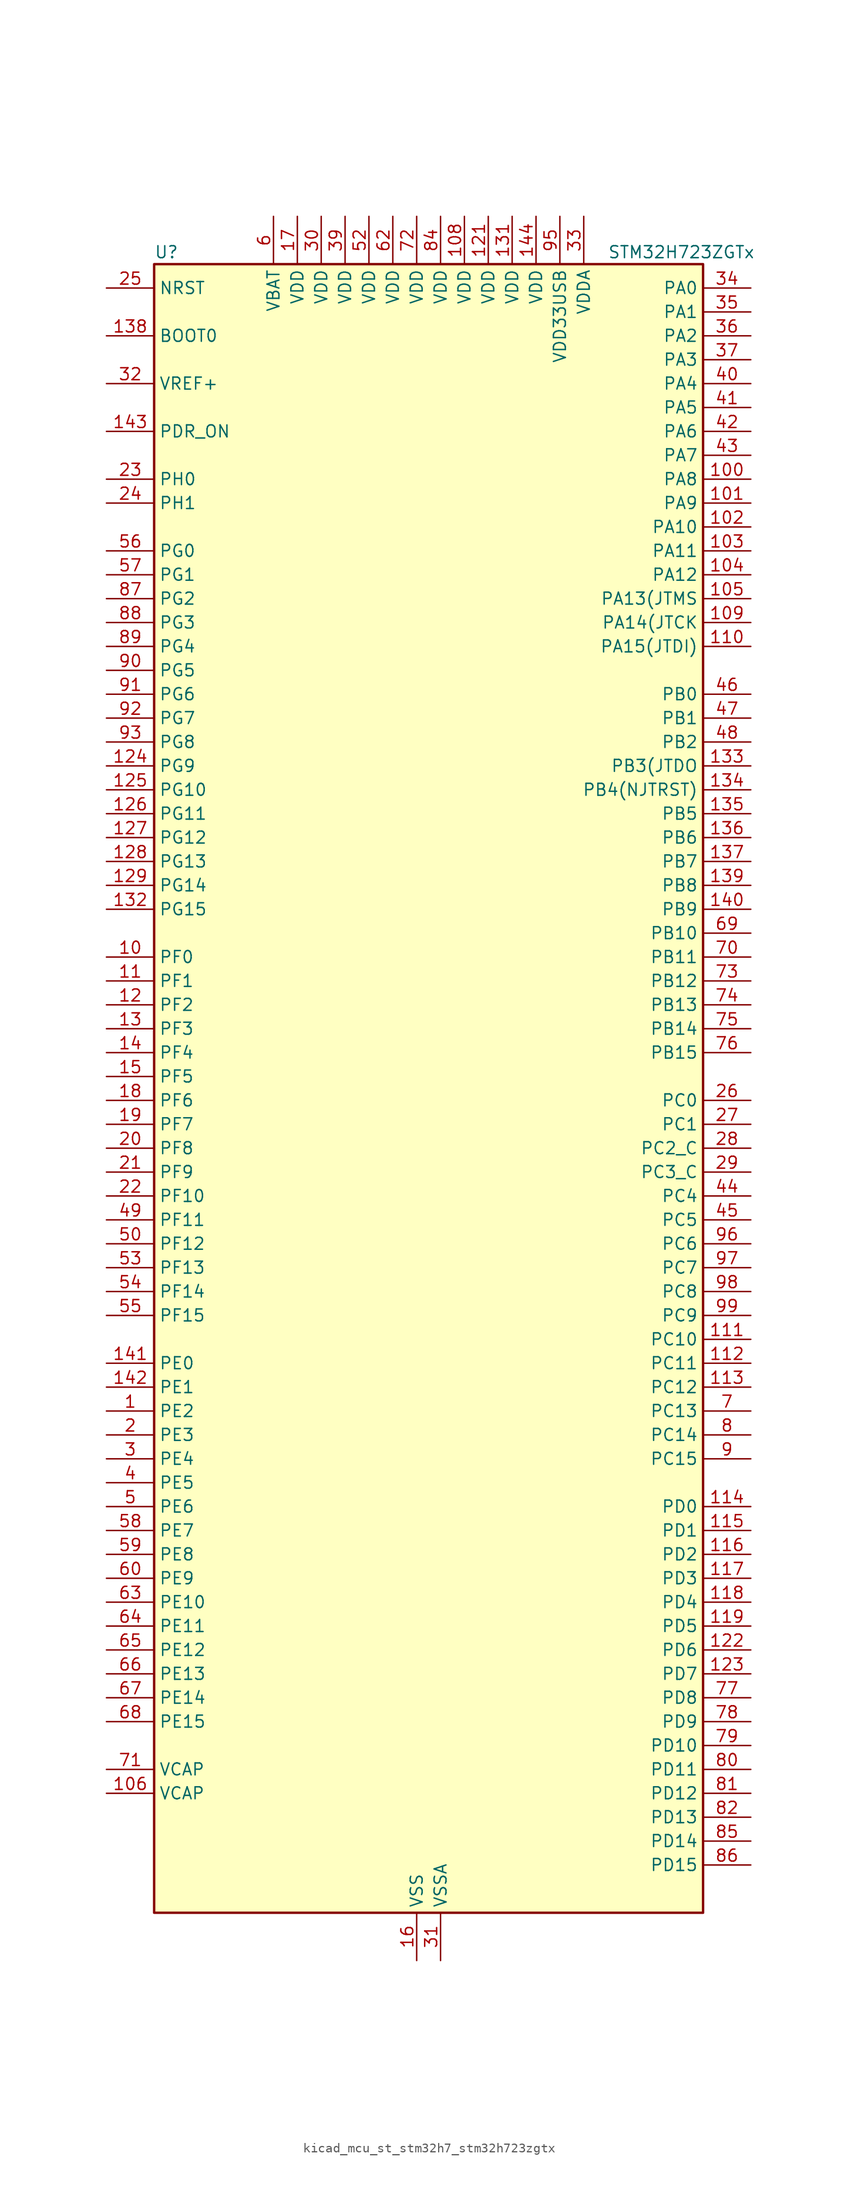
<source format=kicad_sym>
(kicad_symbol_lib
  (version 20220914)
  (generator kicad_symbol_editor)
  (symbol "kicad_mcu_st_stm32h7_stm32h723zgtx"
    (property "Reference" "U"
      (at -27.94 90.17 0)
      (effects (font (size 1.27 1.27)) (justify left)))
    (property "Value" "STM32H723ZGTx"
      (at 20.32 90.17 0)
      (effects (font (size 1.27 1.27)) (justify left)))
    (property "ki_locked" ""
      (at 0 0 0)
      (effects (font (size 1.27 1.27))))
    (symbol "kicad_mcu_st_stm32h7_stm32h723zgtx_0_1"
      (rectangle (start -27.94 -86.36) (end 30.48 88.9) (stroke (width 0.254) (type default)) (fill (type background))))
    (symbol "kicad_mcu_st_stm32h7_stm32h723zgtx_1_1"
      (pin bidirectional line (at -33.02 -33.02 0) (length 5.08) (name "PE2" (effects (font (size 1.27 1.27)))) (number "1" (effects (font (size 1.27 1.27)))) (alternate "DEBUG_TRACECLK" bidirectional line) (alternate "ETH_TXD3" bidirectional line) (alternate "FMC_A23" bidirectional line) (alternate "OCTOSPIM_P1_IO2" bidirectional line) (alternate "SAI1_CK1" bidirectional line) (alternate "SAI1_MCLK_A" bidirectional line) (alternate "SAI4_CK1" bidirectional line) (alternate "SAI4_MCLK_A" bidirectional line) (alternate "SPI4_SCK" bidirectional line) (alternate "USART10_RX" bidirectional line))
      (pin bidirectional line (at -33.02 15.24 0) (length 5.08) (name "PF0" (effects (font (size 1.27 1.27)))) (number "10" (effects (font (size 1.27 1.27)))) (alternate "FMC_A0" bidirectional line) (alternate "I2C2_SDA" bidirectional line) (alternate "I2C5_SDA" bidirectional line) (alternate "OCTOSPIM_P2_IO0" bidirectional line) (alternate "TIM23_CH1" bidirectional line))
      (pin bidirectional line (at 35.56 66.04 180) (length 5.08) (name "PA8" (effects (font (size 1.27 1.27)))) (number "100" (effects (font (size 1.27 1.27)))) (alternate "I2C3_SCL" bidirectional line) (alternate "I2C5_SCL" bidirectional line) (alternate "LTDC_B3" bidirectional line) (alternate "LTDC_R6" bidirectional line) (alternate "RCC_MCO_1" bidirectional line) (alternate "TIM1_CH1" bidirectional line) (alternate "TIM8_BKIN2" bidirectional line) (alternate "TIM8_BKIN2_COMP1" bidirectional line) (alternate "TIM8_BKIN2_COMP2" bidirectional line) (alternate "UART7_RX" bidirectional line) (alternate "USART1_CK" bidirectional line) (alternate "USB_OTG_HS_SOF" bidirectional line))
      (pin bidirectional line (at 35.56 63.5 180) (length 5.08) (name "PA9" (effects (font (size 1.27 1.27)))) (number "101" (effects (font (size 1.27 1.27)))) (alternate "DAC1_EXTI9" bidirectional line) (alternate "DCMI_D0" bidirectional line) (alternate "ETH_TX_ER" bidirectional line) (alternate "I2C3_SMBA" bidirectional line) (alternate "I2C5_SMBA" bidirectional line) (alternate "I2S2_CK" bidirectional line) (alternate "LPUART1_TX" bidirectional line) (alternate "LTDC_R5" bidirectional line) (alternate "PSSI_D0" bidirectional line) (alternate "SPI2_SCK" bidirectional line) (alternate "TIM1_CH2" bidirectional line) (alternate "USART1_TX" bidirectional line) (alternate "USB_OTG_HS_VBUS" bidirectional line))
      (pin bidirectional line (at 35.56 60.96 180) (length 5.08) (name "PA10" (effects (font (size 1.27 1.27)))) (number "102" (effects (font (size 1.27 1.27)))) (alternate "DCMI_D1" bidirectional line) (alternate "LPUART1_RX" bidirectional line) (alternate "LTDC_B1" bidirectional line) (alternate "LTDC_B4" bidirectional line) (alternate "MDIOS_MDIO" bidirectional line) (alternate "PSSI_D1" bidirectional line) (alternate "TIM1_CH3" bidirectional line) (alternate "USART1_RX" bidirectional line) (alternate "USB_OTG_HS_ID" bidirectional line))
      (pin bidirectional line (at 35.56 58.42 180) (length 5.08) (name "PA11" (effects (font (size 1.27 1.27)))) (number "103" (effects (font (size 1.27 1.27)))) (alternate "ADC1_EXTI11" bidirectional line) (alternate "ADC2_EXTI11" bidirectional line) (alternate "ADC3_EXTI11" bidirectional line) (alternate "FDCAN1_RX" bidirectional line) (alternate "I2S2_WS" bidirectional line) (alternate "LPUART1_CTS" bidirectional line) (alternate "LTDC_R4" bidirectional line) (alternate "SPI2_NSS" bidirectional line) (alternate "TIM1_CH4" bidirectional line) (alternate "UART4_RX" bidirectional line) (alternate "USART1_CTS" bidirectional line) (alternate "USART1_NSS" bidirectional line) (alternate "USB_OTG_HS_DM" bidirectional line))
      (pin bidirectional line (at 35.56 55.88 180) (length 5.08) (name "PA12" (effects (font (size 1.27 1.27)))) (number "104" (effects (font (size 1.27 1.27)))) (alternate "FDCAN1_TX" bidirectional line) (alternate "I2S2_CK" bidirectional line) (alternate "LPUART1_DE" bidirectional line) (alternate "LPUART1_RTS" bidirectional line) (alternate "LTDC_R5" bidirectional line) (alternate "SAI4_FS_B" bidirectional line) (alternate "SPI2_SCK" bidirectional line) (alternate "TIM1_BKIN2" bidirectional line) (alternate "TIM1_ETR" bidirectional line) (alternate "UART4_TX" bidirectional line) (alternate "USART1_DE" bidirectional line) (alternate "USART1_RTS" bidirectional line) (alternate "USB_OTG_HS_DP" bidirectional line))
      (pin bidirectional line (at 35.56 53.34 180) (length 5.08) (name "PA13(JTMS" (effects (font (size 1.27 1.27)))) (number "105" (effects (font (size 1.27 1.27)))) (alternate "DEBUG_JTMS-SWDIO" bidirectional line))
      (pin power_out line (at -33.02 -73.66 0) (length 5.08) (name "VCAP" (effects (font (size 1.27 1.27)))) (number "106" (effects (font (size 1.27 1.27)))))
      (pin passive line (at 0 -91.44 90) (length 5.08) hide (name "VSS" (effects (font (size 1.27 1.27)))) (number "107" (effects (font (size 1.27 1.27)))))
      (pin power_in line (at 5.08 93.98 270) (length 5.08) (name "VDD" (effects (font (size 1.27 1.27)))) (number "108" (effects (font (size 1.27 1.27)))))
      (pin bidirectional line (at 35.56 50.8 180) (length 5.08) (name "PA14(JTCK" (effects (font (size 1.27 1.27)))) (number "109" (effects (font (size 1.27 1.27)))) (alternate "DEBUG_JTCK-SWCLK" bidirectional line))
      (pin bidirectional line (at -33.02 12.7 0) (length 5.08) (name "PF1" (effects (font (size 1.27 1.27)))) (number "11" (effects (font (size 1.27 1.27)))) (alternate "FMC_A1" bidirectional line) (alternate "I2C2_SCL" bidirectional line) (alternate "I2C5_SCL" bidirectional line) (alternate "OCTOSPIM_P2_IO1" bidirectional line) (alternate "TIM23_CH2" bidirectional line))
      (pin bidirectional line (at 35.56 48.26 180) (length 5.08) (name "PA15(JTDI)" (effects (font (size 1.27 1.27)))) (number "110" (effects (font (size 1.27 1.27)))) (alternate "ADC1_EXTI15" bidirectional line) (alternate "ADC2_EXTI15" bidirectional line) (alternate "ADC3_EXTI15" bidirectional line) (alternate "CEC" bidirectional line) (alternate "DEBUG_JTDI" bidirectional line) (alternate "I2S1_WS" bidirectional line) (alternate "I2S3_WS" bidirectional line) (alternate "I2S6_WS" bidirectional line) (alternate "LTDC_B6" bidirectional line) (alternate "LTDC_R3" bidirectional line) (alternate "SPI1_NSS" bidirectional line) (alternate "SPI3_NSS" bidirectional line) (alternate "SPI6_NSS" bidirectional line) (alternate "TIM2_CH1" bidirectional line) (alternate "TIM2_ETR" bidirectional line) (alternate "UART4_DE" bidirectional line) (alternate "UART4_RTS" bidirectional line) (alternate "UART7_TX" bidirectional line))
      (pin bidirectional line (at 35.56 -25.4 180) (length 5.08) (name "PC10" (effects (font (size 1.27 1.27)))) (number "111" (effects (font (size 1.27 1.27)))) (alternate "DCMI_D8" bidirectional line) (alternate "DFSDM1_CKIN5" bidirectional line) (alternate "I2C5_SDA" bidirectional line) (alternate "I2S3_CK" bidirectional line) (alternate "LTDC_B1" bidirectional line) (alternate "LTDC_R2" bidirectional line) (alternate "OCTOSPIM_P1_IO1" bidirectional line) (alternate "PSSI_D8" bidirectional line) (alternate "SDMMC1_D2" bidirectional line) (alternate "SPI3_SCK" bidirectional line) (alternate "SWPMI1_RX" bidirectional line) (alternate "UART4_TX" bidirectional line) (alternate "USART3_TX" bidirectional line))
      (pin bidirectional line (at 35.56 -27.94 180) (length 5.08) (name "PC11" (effects (font (size 1.27 1.27)))) (number "112" (effects (font (size 1.27 1.27)))) (alternate "ADC1_EXTI11" bidirectional line) (alternate "ADC2_EXTI11" bidirectional line) (alternate "ADC3_EXTI11" bidirectional line) (alternate "DCMI_D4" bidirectional line) (alternate "DFSDM1_DATIN5" bidirectional line) (alternate "I2C5_SCL" bidirectional line) (alternate "I2S3_SDI" bidirectional line) (alternate "LTDC_B4" bidirectional line) (alternate "OCTOSPIM_P1_NCS" bidirectional line) (alternate "PSSI_D4" bidirectional line) (alternate "SDMMC1_D3" bidirectional line) (alternate "SPI3_MISO" bidirectional line) (alternate "UART4_RX" bidirectional line) (alternate "USART3_RX" bidirectional line))
      (pin bidirectional line (at 35.56 -30.48 180) (length 5.08) (name "PC12" (effects (font (size 1.27 1.27)))) (number "113" (effects (font (size 1.27 1.27)))) (alternate "DCMI_D9" bidirectional line) (alternate "DEBUG_TRACED3" bidirectional line) (alternate "FMC_D6" bidirectional line) (alternate "FMC_DA6" bidirectional line) (alternate "I2C5_SMBA" bidirectional line) (alternate "I2S3_SDO" bidirectional line) (alternate "I2S6_CK" bidirectional line) (alternate "LTDC_R6" bidirectional line) (alternate "PSSI_D9" bidirectional line) (alternate "SDMMC1_CK" bidirectional line) (alternate "SPI3_MOSI" bidirectional line) (alternate "SPI6_SCK" bidirectional line) (alternate "TIM15_CH1" bidirectional line) (alternate "UART5_TX" bidirectional line) (alternate "USART3_CK" bidirectional line))
      (pin bidirectional line (at 35.56 -43.18 180) (length 5.08) (name "PD0" (effects (font (size 1.27 1.27)))) (number "114" (effects (font (size 1.27 1.27)))) (alternate "DFSDM1_CKIN6" bidirectional line) (alternate "FDCAN1_RX" bidirectional line) (alternate "FMC_D2" bidirectional line) (alternate "FMC_DA2" bidirectional line) (alternate "LTDC_B1" bidirectional line) (alternate "UART4_RX" bidirectional line) (alternate "UART9_CTS" bidirectional line))
      (pin bidirectional line (at 35.56 -45.72 180) (length 5.08) (name "PD1" (effects (font (size 1.27 1.27)))) (number "115" (effects (font (size 1.27 1.27)))) (alternate "DFSDM1_DATIN6" bidirectional line) (alternate "FDCAN1_TX" bidirectional line) (alternate "FMC_D3" bidirectional line) (alternate "FMC_DA3" bidirectional line) (alternate "UART4_TX" bidirectional line))
      (pin bidirectional line (at 35.56 -48.26 180) (length 5.08) (name "PD2" (effects (font (size 1.27 1.27)))) (number "116" (effects (font (size 1.27 1.27)))) (alternate "DCMI_D11" bidirectional line) (alternate "DEBUG_TRACED2" bidirectional line) (alternate "FMC_D7" bidirectional line) (alternate "FMC_DA7" bidirectional line) (alternate "LTDC_B2" bidirectional line) (alternate "LTDC_B7" bidirectional line) (alternate "PSSI_D11" bidirectional line) (alternate "SDMMC1_CMD" bidirectional line) (alternate "TIM15_BKIN" bidirectional line) (alternate "TIM3_ETR" bidirectional line) (alternate "UART5_RX" bidirectional line))
      (pin bidirectional line (at 35.56 -50.8 180) (length 5.08) (name "PD3" (effects (font (size 1.27 1.27)))) (number "117" (effects (font (size 1.27 1.27)))) (alternate "DCMI_D5" bidirectional line) (alternate "DFSDM1_CKOUT" bidirectional line) (alternate "FMC_CLK" bidirectional line) (alternate "I2S2_CK" bidirectional line) (alternate "LTDC_G7" bidirectional line) (alternate "PSSI_D5" bidirectional line) (alternate "SPI2_SCK" bidirectional line) (alternate "USART2_CTS" bidirectional line) (alternate "USART2_NSS" bidirectional line))
      (pin bidirectional line (at 35.56 -53.34 180) (length 5.08) (name "PD4" (effects (font (size 1.27 1.27)))) (number "118" (effects (font (size 1.27 1.27)))) (alternate "FMC_NOE" bidirectional line) (alternate "OCTOSPIM_P1_IO4" bidirectional line) (alternate "USART2_DE" bidirectional line) (alternate "USART2_RTS" bidirectional line))
      (pin bidirectional line (at 35.56 -55.88 180) (length 5.08) (name "PD5" (effects (font (size 1.27 1.27)))) (number "119" (effects (font (size 1.27 1.27)))) (alternate "FMC_NWE" bidirectional line) (alternate "OCTOSPIM_P1_IO5" bidirectional line) (alternate "USART2_TX" bidirectional line))
      (pin bidirectional line (at -33.02 10.16 0) (length 5.08) (name "PF2" (effects (font (size 1.27 1.27)))) (number "12" (effects (font (size 1.27 1.27)))) (alternate "FMC_A2" bidirectional line) (alternate "I2C2_SMBA" bidirectional line) (alternate "I2C5_SMBA" bidirectional line) (alternate "OCTOSPIM_P2_IO2" bidirectional line) (alternate "TIM23_CH3" bidirectional line))
      (pin passive line (at 0 -91.44 90) (length 5.08) hide (name "VSS" (effects (font (size 1.27 1.27)))) (number "120" (effects (font (size 1.27 1.27)))))
      (pin power_in line (at 7.62 93.98 270) (length 5.08) (name "VDD" (effects (font (size 1.27 1.27)))) (number "121" (effects (font (size 1.27 1.27)))))
      (pin bidirectional line (at 35.56 -58.42 180) (length 5.08) (name "PD6" (effects (font (size 1.27 1.27)))) (number "122" (effects (font (size 1.27 1.27)))) (alternate "DCMI_D10" bidirectional line) (alternate "DFSDM1_CKIN4" bidirectional line) (alternate "DFSDM1_DATIN1" bidirectional line) (alternate "FMC_NWAIT" bidirectional line) (alternate "I2S3_SDO" bidirectional line) (alternate "LTDC_B2" bidirectional line) (alternate "OCTOSPIM_P1_IO6" bidirectional line) (alternate "PSSI_D10" bidirectional line) (alternate "SAI1_D1" bidirectional line) (alternate "SAI1_SD_A" bidirectional line) (alternate "SAI4_D1" bidirectional line) (alternate "SAI4_SD_A" bidirectional line) (alternate "SDMMC2_CK" bidirectional line) (alternate "SPI3_MOSI" bidirectional line) (alternate "USART2_RX" bidirectional line))
      (pin bidirectional line (at 35.56 -60.96 180) (length 5.08) (name "PD7" (effects (font (size 1.27 1.27)))) (number "123" (effects (font (size 1.27 1.27)))) (alternate "DFSDM1_CKIN1" bidirectional line) (alternate "DFSDM1_DATIN4" bidirectional line) (alternate "FMC_NE1" bidirectional line) (alternate "I2S1_SDO" bidirectional line) (alternate "OCTOSPIM_P1_IO7" bidirectional line) (alternate "SDMMC2_CMD" bidirectional line) (alternate "SPDIFRX1_IN0" bidirectional line) (alternate "SPI1_MOSI" bidirectional line) (alternate "USART2_CK" bidirectional line))
      (pin bidirectional line (at -33.02 35.56 0) (length 5.08) (name "PG9" (effects (font (size 1.27 1.27)))) (number "124" (effects (font (size 1.27 1.27)))) (alternate "DAC1_EXTI9" bidirectional line) (alternate "DCMI_VSYNC" bidirectional line) (alternate "FDCAN3_TX" bidirectional line) (alternate "FMC_NCE" bidirectional line) (alternate "FMC_NE2" bidirectional line) (alternate "I2S1_SDI" bidirectional line) (alternate "OCTOSPIM_P1_IO6" bidirectional line) (alternate "PSSI_RDY" bidirectional line) (alternate "SAI4_FS_B" bidirectional line) (alternate "SDMMC2_D0" bidirectional line) (alternate "SPDIFRX1_IN3" bidirectional line) (alternate "SPI1_MISO" bidirectional line) (alternate "USART6_RX" bidirectional line))
      (pin bidirectional line (at -33.02 33.02 0) (length 5.08) (name "PG10" (effects (font (size 1.27 1.27)))) (number "125" (effects (font (size 1.27 1.27)))) (alternate "DCMI_D2" bidirectional line) (alternate "FDCAN3_RX" bidirectional line) (alternate "FMC_NE3" bidirectional line) (alternate "I2S1_WS" bidirectional line) (alternate "LTDC_B2" bidirectional line) (alternate "LTDC_G3" bidirectional line) (alternate "OCTOSPIM_P2_IO6" bidirectional line) (alternate "PSSI_D2" bidirectional line) (alternate "SAI4_SD_B" bidirectional line) (alternate "SDMMC2_D1" bidirectional line) (alternate "SPI1_NSS" bidirectional line))
      (pin bidirectional line (at -33.02 30.48 0) (length 5.08) (name "PG11" (effects (font (size 1.27 1.27)))) (number "126" (effects (font (size 1.27 1.27)))) (alternate "ADC1_EXTI11" bidirectional line) (alternate "ADC2_EXTI11" bidirectional line) (alternate "ADC3_EXTI11" bidirectional line) (alternate "DCMI_D3" bidirectional line) (alternate "ETH_TX_EN" bidirectional line) (alternate "I2S1_CK" bidirectional line) (alternate "LPTIM1_IN2" bidirectional line) (alternate "LTDC_B3" bidirectional line) (alternate "OCTOSPIM_P2_IO7" bidirectional line) (alternate "PSSI_D3" bidirectional line) (alternate "SDMMC2_D2" bidirectional line) (alternate "SPDIFRX1_IN0" bidirectional line) (alternate "SPI1_SCK" bidirectional line) (alternate "USART10_RX" bidirectional line))
      (pin bidirectional line (at -33.02 27.94 0) (length 5.08) (name "PG12" (effects (font (size 1.27 1.27)))) (number "127" (effects (font (size 1.27 1.27)))) (alternate "ETH_TXD1" bidirectional line) (alternate "FMC_NE4" bidirectional line) (alternate "I2S6_SDI" bidirectional line) (alternate "LPTIM1_IN1" bidirectional line) (alternate "LTDC_B1" bidirectional line) (alternate "LTDC_B4" bidirectional line) (alternate "OCTOSPIM_P2_NCS" bidirectional line) (alternate "SDMMC2_D3" bidirectional line) (alternate "SPDIFRX1_IN1" bidirectional line) (alternate "SPI6_MISO" bidirectional line) (alternate "TIM23_CH1" bidirectional line) (alternate "USART10_TX" bidirectional line) (alternate "USART6_DE" bidirectional line) (alternate "USART6_RTS" bidirectional line))
      (pin bidirectional line (at -33.02 25.4 0) (length 5.08) (name "PG13" (effects (font (size 1.27 1.27)))) (number "128" (effects (font (size 1.27 1.27)))) (alternate "DEBUG_TRACED0" bidirectional line) (alternate "ETH_TXD0" bidirectional line) (alternate "FMC_A24" bidirectional line) (alternate "I2S6_CK" bidirectional line) (alternate "LPTIM1_OUT" bidirectional line) (alternate "LTDC_R0" bidirectional line) (alternate "SDMMC2_D6" bidirectional line) (alternate "SPI6_SCK" bidirectional line) (alternate "TIM23_CH2" bidirectional line) (alternate "USART10_CTS" bidirectional line) (alternate "USART10_NSS" bidirectional line) (alternate "USART6_CTS" bidirectional line) (alternate "USART6_NSS" bidirectional line))
      (pin bidirectional line (at -33.02 22.86 0) (length 5.08) (name "PG14" (effects (font (size 1.27 1.27)))) (number "129" (effects (font (size 1.27 1.27)))) (alternate "DEBUG_TRACED1" bidirectional line) (alternate "ETH_TXD1" bidirectional line) (alternate "FMC_A25" bidirectional line) (alternate "I2S6_SDO" bidirectional line) (alternate "LPTIM1_ETR" bidirectional line) (alternate "LTDC_B0" bidirectional line) (alternate "OCTOSPIM_P1_IO7" bidirectional line) (alternate "SDMMC2_D7" bidirectional line) (alternate "SPI6_MOSI" bidirectional line) (alternate "TIM23_CH3" bidirectional line) (alternate "USART10_DE" bidirectional line) (alternate "USART10_RTS" bidirectional line) (alternate "USART6_TX" bidirectional line))
      (pin bidirectional line (at -33.02 7.62 0) (length 5.08) (name "PF3" (effects (font (size 1.27 1.27)))) (number "13" (effects (font (size 1.27 1.27)))) (alternate "ADC3_INP5" bidirectional line) (alternate "FMC_A3" bidirectional line) (alternate "OCTOSPIM_P2_IO3" bidirectional line) (alternate "TIM23_CH4" bidirectional line))
      (pin passive line (at 0 -91.44 90) (length 5.08) hide (name "VSS" (effects (font (size 1.27 1.27)))) (number "130" (effects (font (size 1.27 1.27)))))
      (pin power_in line (at 10.16 93.98 270) (length 5.08) (name "VDD" (effects (font (size 1.27 1.27)))) (number "131" (effects (font (size 1.27 1.27)))))
      (pin bidirectional line (at -33.02 20.32 0) (length 5.08) (name "PG15" (effects (font (size 1.27 1.27)))) (number "132" (effects (font (size 1.27 1.27)))) (alternate "ADC1_EXTI15" bidirectional line) (alternate "ADC2_EXTI15" bidirectional line) (alternate "ADC3_EXTI15" bidirectional line) (alternate "DCMI_D13" bidirectional line) (alternate "FMC_SDNCAS" bidirectional line) (alternate "OCTOSPIM_P2_DQS" bidirectional line) (alternate "PSSI_D13" bidirectional line) (alternate "USART10_CK" bidirectional line) (alternate "USART6_CTS" bidirectional line) (alternate "USART6_NSS" bidirectional line))
      (pin bidirectional line (at 35.56 35.56 180) (length 5.08) (name "PB3(JTDO" (effects (font (size 1.27 1.27)))) (number "133" (effects (font (size 1.27 1.27)))) (alternate "CRS_SYNC" bidirectional line) (alternate "DEBUG_JTDO-SWO" bidirectional line) (alternate "I2S1_CK" bidirectional line) (alternate "I2S3_CK" bidirectional line) (alternate "I2S6_CK" bidirectional line) (alternate "SDMMC2_D2" bidirectional line) (alternate "SPI1_SCK" bidirectional line) (alternate "SPI3_SCK" bidirectional line) (alternate "SPI6_SCK" bidirectional line) (alternate "TIM24_ETR" bidirectional line) (alternate "TIM2_CH2" bidirectional line) (alternate "UART7_RX" bidirectional line))
      (pin bidirectional line (at 35.56 33.02 180) (length 5.08) (name "PB4(NJTRST)" (effects (font (size 1.27 1.27)))) (number "134" (effects (font (size 1.27 1.27)))) (alternate "DEBUG_JTRST" bidirectional line) (alternate "I2S1_SDI" bidirectional line) (alternate "I2S2_WS" bidirectional line) (alternate "I2S3_SDI" bidirectional line) (alternate "I2S6_SDI" bidirectional line) (alternate "SDMMC2_D3" bidirectional line) (alternate "SPI1_MISO" bidirectional line) (alternate "SPI2_NSS" bidirectional line) (alternate "SPI3_MISO" bidirectional line) (alternate "SPI6_MISO" bidirectional line) (alternate "TIM16_BKIN" bidirectional line) (alternate "TIM3_CH1" bidirectional line) (alternate "UART7_TX" bidirectional line))
      (pin bidirectional line (at 35.56 30.48 180) (length 5.08) (name "PB5" (effects (font (size 1.27 1.27)))) (number "135" (effects (font (size 1.27 1.27)))) (alternate "DCMI_D10" bidirectional line) (alternate "ETH_PPS_OUT" bidirectional line) (alternate "FDCAN2_RX" bidirectional line) (alternate "FMC_SDCKE1" bidirectional line) (alternate "I2C1_SMBA" bidirectional line) (alternate "I2C4_SMBA" bidirectional line) (alternate "I2S1_SDO" bidirectional line) (alternate "I2S3_SDO" bidirectional line) (alternate "I2S6_SDO" bidirectional line) (alternate "LTDC_B5" bidirectional line) (alternate "PSSI_D10" bidirectional line) (alternate "SPI1_MOSI" bidirectional line) (alternate "SPI3_MOSI" bidirectional line) (alternate "SPI6_MOSI" bidirectional line) (alternate "TIM17_BKIN" bidirectional line) (alternate "TIM3_CH2" bidirectional line) (alternate "UART5_RX" bidirectional line) (alternate "USB_OTG_HS_ULPI_D7" bidirectional line))
      (pin bidirectional line (at 35.56 27.94 180) (length 5.08) (name "PB6" (effects (font (size 1.27 1.27)))) (number "136" (effects (font (size 1.27 1.27)))) (alternate "CEC" bidirectional line) (alternate "DCMI_D5" bidirectional line) (alternate "DFSDM1_DATIN5" bidirectional line) (alternate "FDCAN2_TX" bidirectional line) (alternate "FMC_SDNE1" bidirectional line) (alternate "I2C1_SCL" bidirectional line) (alternate "I2C4_SCL" bidirectional line) (alternate "LPUART1_TX" bidirectional line) (alternate "OCTOSPIM_P1_NCS" bidirectional line) (alternate "PSSI_D5" bidirectional line) (alternate "TIM16_CH1N" bidirectional line) (alternate "TIM4_CH1" bidirectional line) (alternate "UART5_TX" bidirectional line) (alternate "USART1_TX" bidirectional line))
      (pin bidirectional line (at 35.56 25.4 180) (length 5.08) (name "PB7" (effects (font (size 1.27 1.27)))) (number "137" (effects (font (size 1.27 1.27)))) (alternate "DCMI_VSYNC" bidirectional line) (alternate "DFSDM1_CKIN5" bidirectional line) (alternate "FMC_NL" bidirectional line) (alternate "I2C1_SDA" bidirectional line) (alternate "I2C4_SDA" bidirectional line) (alternate "LPUART1_RX" bidirectional line) (alternate "PSSI_RDY" bidirectional line) (alternate "PWR_PVD_IN" bidirectional line) (alternate "TIM17_CH1N" bidirectional line) (alternate "TIM4_CH2" bidirectional line) (alternate "USART1_RX" bidirectional line))
      (pin input line (at -33.02 81.28 0) (length 5.08) (name "BOOT0" (effects (font (size 1.27 1.27)))) (number "138" (effects (font (size 1.27 1.27)))))
      (pin bidirectional line (at 35.56 22.86 180) (length 5.08) (name "PB8" (effects (font (size 1.27 1.27)))) (number "139" (effects (font (size 1.27 1.27)))) (alternate "DCMI_D6" bidirectional line) (alternate "DFSDM1_CKIN7" bidirectional line) (alternate "ETH_TXD3" bidirectional line) (alternate "FDCAN1_RX" bidirectional line) (alternate "I2C1_SCL" bidirectional line) (alternate "I2C4_SCL" bidirectional line) (alternate "LTDC_B6" bidirectional line) (alternate "PSSI_D6" bidirectional line) (alternate "SDMMC1_CKIN" bidirectional line) (alternate "SDMMC1_D4" bidirectional line) (alternate "SDMMC2_D4" bidirectional line) (alternate "TIM16_CH1" bidirectional line) (alternate "TIM4_CH3" bidirectional line) (alternate "UART4_RX" bidirectional line))
      (pin bidirectional line (at -33.02 5.08 0) (length 5.08) (name "PF4" (effects (font (size 1.27 1.27)))) (number "14" (effects (font (size 1.27 1.27)))) (alternate "ADC3_INN5" bidirectional line) (alternate "ADC3_INP9" bidirectional line) (alternate "FMC_A4" bidirectional line) (alternate "OCTOSPIM_P2_CLK" bidirectional line))
      (pin bidirectional line (at 35.56 20.32 180) (length 5.08) (name "PB9" (effects (font (size 1.27 1.27)))) (number "140" (effects (font (size 1.27 1.27)))) (alternate "DAC1_EXTI9" bidirectional line) (alternate "DCMI_D7" bidirectional line) (alternate "DFSDM1_DATIN7" bidirectional line) (alternate "FDCAN1_TX" bidirectional line) (alternate "I2C1_SDA" bidirectional line) (alternate "I2C4_SDA" bidirectional line) (alternate "I2C4_SMBA" bidirectional line) (alternate "I2S2_WS" bidirectional line) (alternate "LTDC_B7" bidirectional line) (alternate "PSSI_D7" bidirectional line) (alternate "SDMMC1_CDIR" bidirectional line) (alternate "SDMMC1_D5" bidirectional line) (alternate "SDMMC2_D5" bidirectional line) (alternate "SPI2_NSS" bidirectional line) (alternate "TIM17_CH1" bidirectional line) (alternate "TIM4_CH4" bidirectional line) (alternate "UART4_TX" bidirectional line))
      (pin bidirectional line (at -33.02 -27.94 0) (length 5.08) (name "PE0" (effects (font (size 1.27 1.27)))) (number "141" (effects (font (size 1.27 1.27)))) (alternate "DCMI_D2" bidirectional line) (alternate "FMC_NBL0" bidirectional line) (alternate "LPTIM1_ETR" bidirectional line) (alternate "LPTIM2_ETR" bidirectional line) (alternate "LTDC_R0" bidirectional line) (alternate "PSSI_D2" bidirectional line) (alternate "SAI4_MCLK_A" bidirectional line) (alternate "TIM4_ETR" bidirectional line) (alternate "UART8_RX" bidirectional line))
      (pin bidirectional line (at -33.02 -30.48 0) (length 5.08) (name "PE1" (effects (font (size 1.27 1.27)))) (number "142" (effects (font (size 1.27 1.27)))) (alternate "DCMI_D3" bidirectional line) (alternate "FMC_NBL1" bidirectional line) (alternate "LPTIM1_IN2" bidirectional line) (alternate "LTDC_R6" bidirectional line) (alternate "PSSI_D3" bidirectional line) (alternate "UART8_TX" bidirectional line))
      (pin input line (at -33.02 71.12 0) (length 5.08) (name "PDR_ON" (effects (font (size 1.27 1.27)))) (number "143" (effects (font (size 1.27 1.27)))))
      (pin power_in line (at 12.7 93.98 270) (length 5.08) (name "VDD" (effects (font (size 1.27 1.27)))) (number "144" (effects (font (size 1.27 1.27)))))
      (pin bidirectional line (at -33.02 2.54 0) (length 5.08) (name "PF5" (effects (font (size 1.27 1.27)))) (number "15" (effects (font (size 1.27 1.27)))) (alternate "ADC3_INP4" bidirectional line) (alternate "FMC_A5" bidirectional line) (alternate "OCTOSPIM_P2_NCLK" bidirectional line))
      (pin power_in line (at 0 -91.44 90) (length 5.08) (name "VSS" (effects (font (size 1.27 1.27)))) (number "16" (effects (font (size 1.27 1.27)))))
      (pin power_in line (at -12.7 93.98 270) (length 5.08) (name "VDD" (effects (font (size 1.27 1.27)))) (number "17" (effects (font (size 1.27 1.27)))))
      (pin bidirectional line (at -33.02 0 0) (length 5.08) (name "PF6" (effects (font (size 1.27 1.27)))) (number "18" (effects (font (size 1.27 1.27)))) (alternate "ADC3_INN4" bidirectional line) (alternate "ADC3_INP8" bidirectional line) (alternate "FDCAN3_RX" bidirectional line) (alternate "OCTOSPIM_P1_IO3" bidirectional line) (alternate "SAI1_SD_B" bidirectional line) (alternate "SAI4_SD_B" bidirectional line) (alternate "SPI5_NSS" bidirectional line) (alternate "TIM16_CH1" bidirectional line) (alternate "TIM23_CH1" bidirectional line) (alternate "UART7_RX" bidirectional line))
      (pin bidirectional line (at -33.02 -2.54 0) (length 5.08) (name "PF7" (effects (font (size 1.27 1.27)))) (number "19" (effects (font (size 1.27 1.27)))) (alternate "ADC3_INP3" bidirectional line) (alternate "FDCAN3_TX" bidirectional line) (alternate "OCTOSPIM_P1_IO2" bidirectional line) (alternate "SAI1_MCLK_B" bidirectional line) (alternate "SAI4_MCLK_B" bidirectional line) (alternate "SPI5_SCK" bidirectional line) (alternate "TIM17_CH1" bidirectional line) (alternate "TIM23_CH2" bidirectional line) (alternate "UART7_TX" bidirectional line))
      (pin bidirectional line (at -33.02 -35.56 0) (length 5.08) (name "PE3" (effects (font (size 1.27 1.27)))) (number "2" (effects (font (size 1.27 1.27)))) (alternate "DEBUG_TRACED0" bidirectional line) (alternate "FMC_A19" bidirectional line) (alternate "SAI1_SD_B" bidirectional line) (alternate "SAI4_SD_B" bidirectional line) (alternate "TIM15_BKIN" bidirectional line) (alternate "USART10_TX" bidirectional line))
      (pin bidirectional line (at -33.02 -5.08 0) (length 5.08) (name "PF8" (effects (font (size 1.27 1.27)))) (number "20" (effects (font (size 1.27 1.27)))) (alternate "ADC3_INN3" bidirectional line) (alternate "ADC3_INP7" bidirectional line) (alternate "OCTOSPIM_P1_IO0" bidirectional line) (alternate "SAI1_SCK_B" bidirectional line) (alternate "SAI4_SCK_B" bidirectional line) (alternate "SPI5_MISO" bidirectional line) (alternate "TIM13_CH1" bidirectional line) (alternate "TIM16_CH1N" bidirectional line) (alternate "TIM23_CH3" bidirectional line) (alternate "UART7_DE" bidirectional line) (alternate "UART7_RTS" bidirectional line))
      (pin bidirectional line (at -33.02 -7.62 0) (length 5.08) (name "PF9" (effects (font (size 1.27 1.27)))) (number "21" (effects (font (size 1.27 1.27)))) (alternate "ADC3_INP2" bidirectional line) (alternate "DAC1_EXTI9" bidirectional line) (alternate "OCTOSPIM_P1_IO1" bidirectional line) (alternate "SAI1_FS_B" bidirectional line) (alternate "SAI4_FS_B" bidirectional line) (alternate "SPI5_MOSI" bidirectional line) (alternate "TIM14_CH1" bidirectional line) (alternate "TIM17_CH1N" bidirectional line) (alternate "TIM23_CH4" bidirectional line) (alternate "UART7_CTS" bidirectional line))
      (pin bidirectional line (at -33.02 -10.16 0) (length 5.08) (name "PF10" (effects (font (size 1.27 1.27)))) (number "22" (effects (font (size 1.27 1.27)))) (alternate "ADC3_INN2" bidirectional line) (alternate "ADC3_INP6" bidirectional line) (alternate "DCMI_D11" bidirectional line) (alternate "LTDC_DE" bidirectional line) (alternate "OCTOSPIM_P1_CLK" bidirectional line) (alternate "PSSI_D11" bidirectional line) (alternate "PSSI_D15" bidirectional line) (alternate "SAI1_D3" bidirectional line) (alternate "SAI4_D3" bidirectional line) (alternate "TIM16_BKIN" bidirectional line))
      (pin bidirectional line (at -33.02 66.04 0) (length 5.08) (name "PH0" (effects (font (size 1.27 1.27)))) (number "23" (effects (font (size 1.27 1.27)))) (alternate "RCC_OSC_IN" bidirectional line))
      (pin bidirectional line (at -33.02 63.5 0) (length 5.08) (name "PH1" (effects (font (size 1.27 1.27)))) (number "24" (effects (font (size 1.27 1.27)))) (alternate "RCC_OSC_OUT" bidirectional line))
      (pin input line (at -33.02 86.36 0) (length 5.08) (name "NRST" (effects (font (size 1.27 1.27)))) (number "25" (effects (font (size 1.27 1.27)))))
      (pin bidirectional line (at 35.56 0 180) (length 5.08) (name "PC0" (effects (font (size 1.27 1.27)))) (number "26" (effects (font (size 1.27 1.27)))) (alternate "ADC1_INP10" bidirectional line) (alternate "ADC2_INP10" bidirectional line) (alternate "ADC3_INP10" bidirectional line) (alternate "DFSDM1_CKIN0" bidirectional line) (alternate "DFSDM1_DATIN4" bidirectional line) (alternate "FMC_A25" bidirectional line) (alternate "FMC_D12" bidirectional line) (alternate "FMC_DA12" bidirectional line) (alternate "FMC_SDNWE" bidirectional line) (alternate "LTDC_G2" bidirectional line) (alternate "LTDC_R5" bidirectional line) (alternate "SAI4_FS_B" bidirectional line) (alternate "USB_OTG_HS_ULPI_STP" bidirectional line))
      (pin bidirectional line (at 35.56 -2.54 180) (length 5.08) (name "PC1" (effects (font (size 1.27 1.27)))) (number "27" (effects (font (size 1.27 1.27)))) (alternate "ADC1_INN10" bidirectional line) (alternate "ADC1_INP11" bidirectional line) (alternate "ADC2_INN10" bidirectional line) (alternate "ADC2_INP11" bidirectional line) (alternate "ADC3_INN10" bidirectional line) (alternate "ADC3_INP11" bidirectional line) (alternate "DEBUG_TRACED0" bidirectional line) (alternate "DFSDM1_CKIN4" bidirectional line) (alternate "DFSDM1_DATIN0" bidirectional line) (alternate "ETH_MDC" bidirectional line) (alternate "I2S2_SDO" bidirectional line) (alternate "LTDC_G5" bidirectional line) (alternate "MDIOS_MDC" bidirectional line) (alternate "OCTOSPIM_P1_IO4" bidirectional line) (alternate "PWR_WKUP6" bidirectional line) (alternate "RTC_TAMP3" bidirectional line) (alternate "SAI1_D1" bidirectional line) (alternate "SAI1_SD_A" bidirectional line) (alternate "SAI4_D1" bidirectional line) (alternate "SAI4_SD_A" bidirectional line) (alternate "SDMMC2_CK" bidirectional line) (alternate "SPI2_MOSI" bidirectional line))
      (pin bidirectional line (at 35.56 -5.08 180) (length 5.08) (name "PC2_C" (effects (font (size 1.27 1.27)))) (number "28" (effects (font (size 1.27 1.27)))) (alternate "ADC3_INN1" bidirectional line) (alternate "ADC3_INP0" bidirectional line) (alternate "DFSDM1_CKIN1" bidirectional line) (alternate "DFSDM1_CKOUT" bidirectional line) (alternate "ETH_TXD2" bidirectional line) (alternate "FMC_SDNE0" bidirectional line) (alternate "I2S2_SDI" bidirectional line) (alternate "OCTOSPIM_P1_IO2" bidirectional line) (alternate "OCTOSPIM_P1_IO5" bidirectional line) (alternate "PWR_CSTOP" bidirectional line) (alternate "SPI2_MISO" bidirectional line) (alternate "USB_OTG_HS_ULPI_DIR" bidirectional line))
      (pin bidirectional line (at 35.56 -7.62 180) (length 5.08) (name "PC3_C" (effects (font (size 1.27 1.27)))) (number "29" (effects (font (size 1.27 1.27)))) (alternate "ADC3_INP1" bidirectional line) (alternate "DFSDM1_DATIN1" bidirectional line) (alternate "ETH_TX_CLK" bidirectional line) (alternate "FMC_SDCKE0" bidirectional line) (alternate "I2S2_SDO" bidirectional line) (alternate "OCTOSPIM_P1_IO0" bidirectional line) (alternate "OCTOSPIM_P1_IO6" bidirectional line) (alternate "PWR_CSLEEP" bidirectional line) (alternate "SPI2_MOSI" bidirectional line) (alternate "USB_OTG_HS_ULPI_NXT" bidirectional line))
      (pin bidirectional line (at -33.02 -38.1 0) (length 5.08) (name "PE4" (effects (font (size 1.27 1.27)))) (number "3" (effects (font (size 1.27 1.27)))) (alternate "DCMI_D4" bidirectional line) (alternate "DEBUG_TRACED1" bidirectional line) (alternate "DFSDM1_DATIN3" bidirectional line) (alternate "FMC_A20" bidirectional line) (alternate "LTDC_B0" bidirectional line) (alternate "PSSI_D4" bidirectional line) (alternate "SAI1_D2" bidirectional line) (alternate "SAI1_FS_A" bidirectional line) (alternate "SAI4_D2" bidirectional line) (alternate "SAI4_FS_A" bidirectional line) (alternate "SPI4_NSS" bidirectional line) (alternate "TIM15_CH1N" bidirectional line))
      (pin power_in line (at -10.16 93.98 270) (length 5.08) (name "VDD" (effects (font (size 1.27 1.27)))) (number "30" (effects (font (size 1.27 1.27)))))
      (pin power_in line (at 2.54 -91.44 90) (length 5.08) (name "VSSA" (effects (font (size 1.27 1.27)))) (number "31" (effects (font (size 1.27 1.27)))))
      (pin input line (at -33.02 76.2 0) (length 5.08) (name "VREF+" (effects (font (size 1.27 1.27)))) (number "32" (effects (font (size 1.27 1.27)))) (alternate "VREFBUF_OUT" bidirectional line))
      (pin power_in line (at 17.78 93.98 270) (length 5.08) (name "VDDA" (effects (font (size 1.27 1.27)))) (number "33" (effects (font (size 1.27 1.27)))))
      (pin bidirectional line (at 35.56 86.36 180) (length 5.08) (name "PA0" (effects (font (size 1.27 1.27)))) (number "34" (effects (font (size 1.27 1.27)))) (alternate "ADC1_INP16" bidirectional line) (alternate "ETH_CRS" bidirectional line) (alternate "FMC_A19" bidirectional line) (alternate "I2S6_WS" bidirectional line) (alternate "PWR_WKUP1" bidirectional line) (alternate "SAI4_SD_B" bidirectional line) (alternate "SDMMC2_CMD" bidirectional line) (alternate "SPI6_NSS" bidirectional line) (alternate "TIM15_BKIN" bidirectional line) (alternate "TIM2_CH1" bidirectional line) (alternate "TIM2_ETR" bidirectional line) (alternate "TIM5_CH1" bidirectional line) (alternate "TIM8_ETR" bidirectional line) (alternate "UART4_TX" bidirectional line) (alternate "USART2_CTS" bidirectional line) (alternate "USART2_NSS" bidirectional line))
      (pin bidirectional line (at 35.56 83.82 180) (length 5.08) (name "PA1" (effects (font (size 1.27 1.27)))) (number "35" (effects (font (size 1.27 1.27)))) (alternate "ADC1_INN16" bidirectional line) (alternate "ADC1_INP17" bidirectional line) (alternate "ETH_REF_CLK" bidirectional line) (alternate "ETH_RX_CLK" bidirectional line) (alternate "LPTIM3_OUT" bidirectional line) (alternate "LTDC_R2" bidirectional line) (alternate "OCTOSPIM_P1_DQS" bidirectional line) (alternate "OCTOSPIM_P1_IO3" bidirectional line) (alternate "SAI4_MCLK_B" bidirectional line) (alternate "TIM15_CH1N" bidirectional line) (alternate "TIM2_CH2" bidirectional line) (alternate "TIM5_CH2" bidirectional line) (alternate "UART4_RX" bidirectional line) (alternate "USART2_DE" bidirectional line) (alternate "USART2_RTS" bidirectional line))
      (pin bidirectional line (at 35.56 81.28 180) (length 5.08) (name "PA2" (effects (font (size 1.27 1.27)))) (number "36" (effects (font (size 1.27 1.27)))) (alternate "ADC1_INP14" bidirectional line) (alternate "ADC2_INP14" bidirectional line) (alternate "ETH_MDIO" bidirectional line) (alternate "LPTIM4_OUT" bidirectional line) (alternate "LTDC_R1" bidirectional line) (alternate "MDIOS_MDIO" bidirectional line) (alternate "OCTOSPIM_P1_IO0" bidirectional line) (alternate "PWR_WKUP2" bidirectional line) (alternate "SAI4_SCK_B" bidirectional line) (alternate "TIM15_CH1" bidirectional line) (alternate "TIM2_CH3" bidirectional line) (alternate "TIM5_CH3" bidirectional line) (alternate "USART2_TX" bidirectional line))
      (pin bidirectional line (at 35.56 78.74 180) (length 5.08) (name "PA3" (effects (font (size 1.27 1.27)))) (number "37" (effects (font (size 1.27 1.27)))) (alternate "ADC1_INP15" bidirectional line) (alternate "ADC2_INP15" bidirectional line) (alternate "ETH_COL" bidirectional line) (alternate "I2S6_MCK" bidirectional line) (alternate "LPTIM5_OUT" bidirectional line) (alternate "LTDC_B2" bidirectional line) (alternate "LTDC_B5" bidirectional line) (alternate "OCTOSPIM_P1_CLK" bidirectional line) (alternate "OCTOSPIM_P1_IO2" bidirectional line) (alternate "TIM15_CH2" bidirectional line) (alternate "TIM2_CH4" bidirectional line) (alternate "TIM5_CH4" bidirectional line) (alternate "USART2_RX" bidirectional line) (alternate "USB_OTG_HS_ULPI_D0" bidirectional line))
      (pin passive line (at 0 -91.44 90) (length 5.08) hide (name "VSS" (effects (font (size 1.27 1.27)))) (number "38" (effects (font (size 1.27 1.27)))))
      (pin power_in line (at -7.62 93.98 270) (length 5.08) (name "VDD" (effects (font (size 1.27 1.27)))) (number "39" (effects (font (size 1.27 1.27)))))
      (pin bidirectional line (at -33.02 -40.64 0) (length 5.08) (name "PE5" (effects (font (size 1.27 1.27)))) (number "4" (effects (font (size 1.27 1.27)))) (alternate "DCMI_D6" bidirectional line) (alternate "DEBUG_TRACED2" bidirectional line) (alternate "DFSDM1_CKIN3" bidirectional line) (alternate "FMC_A21" bidirectional line) (alternate "LTDC_G0" bidirectional line) (alternate "PSSI_D6" bidirectional line) (alternate "SAI1_CK2" bidirectional line) (alternate "SAI1_SCK_A" bidirectional line) (alternate "SAI4_CK2" bidirectional line) (alternate "SAI4_SCK_A" bidirectional line) (alternate "SPI4_MISO" bidirectional line) (alternate "TIM15_CH1" bidirectional line))
      (pin bidirectional line (at 35.56 76.2 180) (length 5.08) (name "PA4" (effects (font (size 1.27 1.27)))) (number "40" (effects (font (size 1.27 1.27)))) (alternate "ADC1_INP18" bidirectional line) (alternate "ADC2_INP18" bidirectional line) (alternate "DAC1_OUT1" bidirectional line) (alternate "DCMI_HSYNC" bidirectional line) (alternate "FMC_D8" bidirectional line) (alternate "FMC_DA8" bidirectional line) (alternate "I2S1_WS" bidirectional line) (alternate "I2S3_WS" bidirectional line) (alternate "I2S6_WS" bidirectional line) (alternate "LTDC_VSYNC" bidirectional line) (alternate "PSSI_DE" bidirectional line) (alternate "SPI1_NSS" bidirectional line) (alternate "SPI3_NSS" bidirectional line) (alternate "SPI6_NSS" bidirectional line) (alternate "TIM5_ETR" bidirectional line) (alternate "USART2_CK" bidirectional line))
      (pin bidirectional line (at 35.56 73.66 180) (length 5.08) (name "PA5" (effects (font (size 1.27 1.27)))) (number "41" (effects (font (size 1.27 1.27)))) (alternate "ADC1_INN18" bidirectional line) (alternate "ADC1_INP19" bidirectional line) (alternate "ADC2_INN18" bidirectional line) (alternate "ADC2_INP19" bidirectional line) (alternate "DAC1_OUT2" bidirectional line) (alternate "FMC_D9" bidirectional line) (alternate "FMC_DA9" bidirectional line) (alternate "I2S1_CK" bidirectional line) (alternate "I2S6_CK" bidirectional line) (alternate "LTDC_R4" bidirectional line) (alternate "PSSI_D14" bidirectional line) (alternate "PWR_NDSTOP2" bidirectional line) (alternate "SPI1_SCK" bidirectional line) (alternate "SPI6_SCK" bidirectional line) (alternate "TIM2_CH1" bidirectional line) (alternate "TIM2_ETR" bidirectional line) (alternate "TIM8_CH1N" bidirectional line) (alternate "USB_OTG_HS_ULPI_CK" bidirectional line))
      (pin bidirectional line (at 35.56 71.12 180) (length 5.08) (name "PA6" (effects (font (size 1.27 1.27)))) (number "42" (effects (font (size 1.27 1.27)))) (alternate "ADC1_INP3" bidirectional line) (alternate "ADC2_INP3" bidirectional line) (alternate "DCMI_PIXCLK" bidirectional line) (alternate "I2S1_SDI" bidirectional line) (alternate "I2S6_SDI" bidirectional line) (alternate "LTDC_G2" bidirectional line) (alternate "MDIOS_MDC" bidirectional line) (alternate "OCTOSPIM_P1_IO3" bidirectional line) (alternate "PSSI_PDCK" bidirectional line) (alternate "SPI1_MISO" bidirectional line) (alternate "SPI6_MISO" bidirectional line) (alternate "TIM13_CH1" bidirectional line) (alternate "TIM1_BKIN" bidirectional line) (alternate "TIM1_BKIN_COMP1" bidirectional line) (alternate "TIM1_BKIN_COMP2" bidirectional line) (alternate "TIM3_CH1" bidirectional line) (alternate "TIM8_BKIN" bidirectional line) (alternate "TIM8_BKIN_COMP1" bidirectional line) (alternate "TIM8_BKIN_COMP2" bidirectional line))
      (pin bidirectional line (at 35.56 68.58 180) (length 5.08) (name "PA7" (effects (font (size 1.27 1.27)))) (number "43" (effects (font (size 1.27 1.27)))) (alternate "ADC1_INN3" bidirectional line) (alternate "ADC1_INP7" bidirectional line) (alternate "ADC2_INN3" bidirectional line) (alternate "ADC2_INP7" bidirectional line) (alternate "ETH_CRS_DV" bidirectional line) (alternate "ETH_RX_DV" bidirectional line) (alternate "FMC_SDNWE" bidirectional line) (alternate "I2S1_SDO" bidirectional line) (alternate "I2S6_SDO" bidirectional line) (alternate "LTDC_VSYNC" bidirectional line) (alternate "OCTOSPIM_P1_IO2" bidirectional line) (alternate "OPAMP1_VINM" bidirectional line) (alternate "SPI1_MOSI" bidirectional line) (alternate "SPI6_MOSI" bidirectional line) (alternate "TIM14_CH1" bidirectional line) (alternate "TIM1_CH1N" bidirectional line) (alternate "TIM3_CH2" bidirectional line) (alternate "TIM8_CH1N" bidirectional line))
      (pin bidirectional line (at 35.56 -10.16 180) (length 5.08) (name "PC4" (effects (font (size 1.27 1.27)))) (number "44" (effects (font (size 1.27 1.27)))) (alternate "ADC1_INP4" bidirectional line) (alternate "ADC2_INP4" bidirectional line) (alternate "COMP1_INM" bidirectional line) (alternate "DFSDM1_CKIN2" bidirectional line) (alternate "ETH_RXD0" bidirectional line) (alternate "FMC_A22" bidirectional line) (alternate "FMC_SDNE0" bidirectional line) (alternate "I2S1_MCK" bidirectional line) (alternate "LTDC_R7" bidirectional line) (alternate "OPAMP1_VOUT" bidirectional line) (alternate "SDMMC2_CKIN" bidirectional line) (alternate "SPDIFRX1_IN2" bidirectional line))
      (pin bidirectional line (at 35.56 -12.7 180) (length 5.08) (name "PC5" (effects (font (size 1.27 1.27)))) (number "45" (effects (font (size 1.27 1.27)))) (alternate "ADC1_INN4" bidirectional line) (alternate "ADC1_INP8" bidirectional line) (alternate "ADC2_INN4" bidirectional line) (alternate "ADC2_INP8" bidirectional line) (alternate "COMP1_OUT" bidirectional line) (alternate "DFSDM1_DATIN2" bidirectional line) (alternate "ETH_RXD1" bidirectional line) (alternate "FMC_SDCKE0" bidirectional line) (alternate "LTDC_DE" bidirectional line) (alternate "OCTOSPIM_P1_DQS" bidirectional line) (alternate "OPAMP1_VINM" bidirectional line) (alternate "PSSI_D15" bidirectional line) (alternate "SAI1_D3" bidirectional line) (alternate "SAI4_D3" bidirectional line) (alternate "SPDIFRX1_IN3" bidirectional line))
      (pin bidirectional line (at 35.56 43.18 180) (length 5.08) (name "PB0" (effects (font (size 1.27 1.27)))) (number "46" (effects (font (size 1.27 1.27)))) (alternate "ADC1_INN5" bidirectional line) (alternate "ADC1_INP9" bidirectional line) (alternate "ADC2_INN5" bidirectional line) (alternate "ADC2_INP9" bidirectional line) (alternate "COMP1_INP" bidirectional line) (alternate "DFSDM1_CKOUT" bidirectional line) (alternate "ETH_RXD2" bidirectional line) (alternate "LTDC_G1" bidirectional line) (alternate "LTDC_R3" bidirectional line) (alternate "OCTOSPIM_P1_IO1" bidirectional line) (alternate "OPAMP1_VINP" bidirectional line) (alternate "TIM1_CH2N" bidirectional line) (alternate "TIM3_CH3" bidirectional line) (alternate "TIM8_CH2N" bidirectional line) (alternate "UART4_CTS" bidirectional line) (alternate "USB_OTG_HS_ULPI_D1" bidirectional line))
      (pin bidirectional line (at 35.56 40.64 180) (length 5.08) (name "PB1" (effects (font (size 1.27 1.27)))) (number "47" (effects (font (size 1.27 1.27)))) (alternate "ADC1_INP5" bidirectional line) (alternate "ADC2_INP5" bidirectional line) (alternate "COMP1_INM" bidirectional line) (alternate "DFSDM1_DATIN1" bidirectional line) (alternate "ETH_RXD3" bidirectional line) (alternate "LTDC_G0" bidirectional line) (alternate "LTDC_R6" bidirectional line) (alternate "OCTOSPIM_P1_IO0" bidirectional line) (alternate "TIM1_CH3N" bidirectional line) (alternate "TIM3_CH4" bidirectional line) (alternate "TIM8_CH3N" bidirectional line) (alternate "USB_OTG_HS_ULPI_D2" bidirectional line))
      (pin bidirectional line (at 35.56 38.1 180) (length 5.08) (name "PB2" (effects (font (size 1.27 1.27)))) (number "48" (effects (font (size 1.27 1.27)))) (alternate "COMP1_INP" bidirectional line) (alternate "DFSDM1_CKIN1" bidirectional line) (alternate "ETH_TX_ER" bidirectional line) (alternate "I2S3_SDO" bidirectional line) (alternate "OCTOSPIM_P1_CLK" bidirectional line) (alternate "OCTOSPIM_P1_DQS" bidirectional line) (alternate "RTC_OUT_ALARM" bidirectional line) (alternate "RTC_OUT_CALIB" bidirectional line) (alternate "SAI1_D1" bidirectional line) (alternate "SAI1_SD_A" bidirectional line) (alternate "SAI4_D1" bidirectional line) (alternate "SAI4_SD_A" bidirectional line) (alternate "SPI3_MOSI" bidirectional line) (alternate "TIM23_ETR" bidirectional line))
      (pin bidirectional line (at -33.02 -12.7 0) (length 5.08) (name "PF11" (effects (font (size 1.27 1.27)))) (number "49" (effects (font (size 1.27 1.27)))) (alternate "ADC1_EXTI11" bidirectional line) (alternate "ADC1_INP2" bidirectional line) (alternate "ADC2_EXTI11" bidirectional line) (alternate "ADC3_EXTI11" bidirectional line) (alternate "DCMI_D12" bidirectional line) (alternate "FMC_SDNRAS" bidirectional line) (alternate "OCTOSPIM_P1_NCLK" bidirectional line) (alternate "PSSI_D12" bidirectional line) (alternate "SAI4_SD_B" bidirectional line) (alternate "SPI5_MOSI" bidirectional line) (alternate "TIM24_CH1" bidirectional line))
      (pin bidirectional line (at -33.02 -43.18 0) (length 5.08) (name "PE6" (effects (font (size 1.27 1.27)))) (number "5" (effects (font (size 1.27 1.27)))) (alternate "DCMI_D7" bidirectional line) (alternate "DEBUG_TRACED3" bidirectional line) (alternate "FMC_A22" bidirectional line) (alternate "LTDC_G1" bidirectional line) (alternate "PSSI_D7" bidirectional line) (alternate "SAI1_D1" bidirectional line) (alternate "SAI1_SD_A" bidirectional line) (alternate "SAI4_D1" bidirectional line) (alternate "SAI4_MCLK_B" bidirectional line) (alternate "SAI4_SD_A" bidirectional line) (alternate "SPI4_MOSI" bidirectional line) (alternate "TIM15_CH2" bidirectional line) (alternate "TIM1_BKIN2" bidirectional line) (alternate "TIM1_BKIN2_COMP1" bidirectional line) (alternate "TIM1_BKIN2_COMP2" bidirectional line))
      (pin bidirectional line (at -33.02 -15.24 0) (length 5.08) (name "PF12" (effects (font (size 1.27 1.27)))) (number "50" (effects (font (size 1.27 1.27)))) (alternate "ADC1_INN2" bidirectional line) (alternate "ADC1_INP6" bidirectional line) (alternate "FMC_A6" bidirectional line) (alternate "OCTOSPIM_P2_DQS" bidirectional line) (alternate "TIM24_CH2" bidirectional line))
      (pin passive line (at 0 -91.44 90) (length 5.08) hide (name "VSS" (effects (font (size 1.27 1.27)))) (number "51" (effects (font (size 1.27 1.27)))))
      (pin power_in line (at -5.08 93.98 270) (length 5.08) (name "VDD" (effects (font (size 1.27 1.27)))) (number "52" (effects (font (size 1.27 1.27)))))
      (pin bidirectional line (at -33.02 -17.78 0) (length 5.08) (name "PF13" (effects (font (size 1.27 1.27)))) (number "53" (effects (font (size 1.27 1.27)))) (alternate "ADC2_INP2" bidirectional line) (alternate "DFSDM1_DATIN6" bidirectional line) (alternate "FMC_A7" bidirectional line) (alternate "I2C4_SMBA" bidirectional line) (alternate "TIM24_CH3" bidirectional line))
      (pin bidirectional line (at -33.02 -20.32 0) (length 5.08) (name "PF14" (effects (font (size 1.27 1.27)))) (number "54" (effects (font (size 1.27 1.27)))) (alternate "ADC2_INN2" bidirectional line) (alternate "ADC2_INP6" bidirectional line) (alternate "DFSDM1_CKIN6" bidirectional line) (alternate "FMC_A8" bidirectional line) (alternate "I2C4_SCL" bidirectional line) (alternate "TIM24_CH4" bidirectional line))
      (pin bidirectional line (at -33.02 -22.86 0) (length 5.08) (name "PF15" (effects (font (size 1.27 1.27)))) (number "55" (effects (font (size 1.27 1.27)))) (alternate "ADC1_EXTI15" bidirectional line) (alternate "ADC2_EXTI15" bidirectional line) (alternate "ADC3_EXTI15" bidirectional line) (alternate "FMC_A9" bidirectional line) (alternate "I2C4_SDA" bidirectional line))
      (pin bidirectional line (at -33.02 58.42 0) (length 5.08) (name "PG0" (effects (font (size 1.27 1.27)))) (number "56" (effects (font (size 1.27 1.27)))) (alternate "FMC_A10" bidirectional line) (alternate "OCTOSPIM_P2_IO4" bidirectional line) (alternate "UART9_RX" bidirectional line))
      (pin bidirectional line (at -33.02 55.88 0) (length 5.08) (name "PG1" (effects (font (size 1.27 1.27)))) (number "57" (effects (font (size 1.27 1.27)))) (alternate "FMC_A11" bidirectional line) (alternate "OCTOSPIM_P2_IO5" bidirectional line) (alternate "OPAMP2_VINM" bidirectional line) (alternate "UART9_TX" bidirectional line))
      (pin bidirectional line (at -33.02 -45.72 0) (length 5.08) (name "PE7" (effects (font (size 1.27 1.27)))) (number "58" (effects (font (size 1.27 1.27)))) (alternate "COMP2_INM" bidirectional line) (alternate "DFSDM1_DATIN2" bidirectional line) (alternate "FMC_D4" bidirectional line) (alternate "FMC_DA4" bidirectional line) (alternate "OCTOSPIM_P1_IO4" bidirectional line) (alternate "OPAMP2_VOUT" bidirectional line) (alternate "TIM1_ETR" bidirectional line) (alternate "UART7_RX" bidirectional line))
      (pin bidirectional line (at -33.02 -48.26 0) (length 5.08) (name "PE8" (effects (font (size 1.27 1.27)))) (number "59" (effects (font (size 1.27 1.27)))) (alternate "COMP2_OUT" bidirectional line) (alternate "DFSDM1_CKIN2" bidirectional line) (alternate "FMC_D5" bidirectional line) (alternate "FMC_DA5" bidirectional line) (alternate "OCTOSPIM_P1_IO5" bidirectional line) (alternate "OPAMP2_VINM" bidirectional line) (alternate "TIM1_CH1N" bidirectional line) (alternate "UART7_TX" bidirectional line))
      (pin power_in line (at -15.24 93.98 270) (length 5.08) (name "VBAT" (effects (font (size 1.27 1.27)))) (number "6" (effects (font (size 1.27 1.27)))))
      (pin bidirectional line (at -33.02 -50.8 0) (length 5.08) (name "PE9" (effects (font (size 1.27 1.27)))) (number "60" (effects (font (size 1.27 1.27)))) (alternate "COMP2_INP" bidirectional line) (alternate "DAC1_EXTI9" bidirectional line) (alternate "DFSDM1_CKOUT" bidirectional line) (alternate "FMC_D6" bidirectional line) (alternate "FMC_DA6" bidirectional line) (alternate "OCTOSPIM_P1_IO6" bidirectional line) (alternate "OPAMP2_VINP" bidirectional line) (alternate "TIM1_CH1" bidirectional line) (alternate "UART7_DE" bidirectional line) (alternate "UART7_RTS" bidirectional line))
      (pin passive line (at 0 -91.44 90) (length 5.08) hide (name "VSS" (effects (font (size 1.27 1.27)))) (number "61" (effects (font (size 1.27 1.27)))))
      (pin power_in line (at -2.54 93.98 270) (length 5.08) (name "VDD" (effects (font (size 1.27 1.27)))) (number "62" (effects (font (size 1.27 1.27)))))
      (pin bidirectional line (at -33.02 -53.34 0) (length 5.08) (name "PE10" (effects (font (size 1.27 1.27)))) (number "63" (effects (font (size 1.27 1.27)))) (alternate "COMP2_INM" bidirectional line) (alternate "DFSDM1_DATIN4" bidirectional line) (alternate "FMC_D7" bidirectional line) (alternate "FMC_DA7" bidirectional line) (alternate "OCTOSPIM_P1_IO7" bidirectional line) (alternate "TIM1_CH2N" bidirectional line) (alternate "UART7_CTS" bidirectional line))
      (pin bidirectional line (at -33.02 -55.88 0) (length 5.08) (name "PE11" (effects (font (size 1.27 1.27)))) (number "64" (effects (font (size 1.27 1.27)))) (alternate "ADC1_EXTI11" bidirectional line) (alternate "ADC2_EXTI11" bidirectional line) (alternate "ADC3_EXTI11" bidirectional line) (alternate "COMP2_INP" bidirectional line) (alternate "DFSDM1_CKIN4" bidirectional line) (alternate "FMC_D8" bidirectional line) (alternate "FMC_DA8" bidirectional line) (alternate "LTDC_G3" bidirectional line) (alternate "OCTOSPIM_P1_NCS" bidirectional line) (alternate "SAI4_SD_B" bidirectional line) (alternate "SPI4_NSS" bidirectional line) (alternate "TIM1_CH2" bidirectional line))
      (pin bidirectional line (at -33.02 -58.42 0) (length 5.08) (name "PE12" (effects (font (size 1.27 1.27)))) (number "65" (effects (font (size 1.27 1.27)))) (alternate "COMP1_OUT" bidirectional line) (alternate "DFSDM1_DATIN5" bidirectional line) (alternate "FMC_D9" bidirectional line) (alternate "FMC_DA9" bidirectional line) (alternate "LTDC_B4" bidirectional line) (alternate "SAI4_SCK_B" bidirectional line) (alternate "SPI4_SCK" bidirectional line) (alternate "TIM1_CH3N" bidirectional line))
      (pin bidirectional line (at -33.02 -60.96 0) (length 5.08) (name "PE13" (effects (font (size 1.27 1.27)))) (number "66" (effects (font (size 1.27 1.27)))) (alternate "COMP2_OUT" bidirectional line) (alternate "DFSDM1_CKIN5" bidirectional line) (alternate "FMC_D10" bidirectional line) (alternate "FMC_DA10" bidirectional line) (alternate "LTDC_DE" bidirectional line) (alternate "SAI4_FS_B" bidirectional line) (alternate "SPI4_MISO" bidirectional line) (alternate "TIM1_CH3" bidirectional line))
      (pin bidirectional line (at -33.02 -63.5 0) (length 5.08) (name "PE14" (effects (font (size 1.27 1.27)))) (number "67" (effects (font (size 1.27 1.27)))) (alternate "FMC_D11" bidirectional line) (alternate "FMC_DA11" bidirectional line) (alternate "LTDC_CLK" bidirectional line) (alternate "SAI4_MCLK_B" bidirectional line) (alternate "SPI4_MOSI" bidirectional line) (alternate "TIM1_CH4" bidirectional line))
      (pin bidirectional line (at -33.02 -66.04 0) (length 5.08) (name "PE15" (effects (font (size 1.27 1.27)))) (number "68" (effects (font (size 1.27 1.27)))) (alternate "ADC1_EXTI15" bidirectional line) (alternate "ADC2_EXTI15" bidirectional line) (alternate "ADC3_EXTI15" bidirectional line) (alternate "FMC_D12" bidirectional line) (alternate "FMC_DA12" bidirectional line) (alternate "LTDC_R7" bidirectional line) (alternate "TIM1_BKIN" bidirectional line) (alternate "TIM1_BKIN_COMP1" bidirectional line) (alternate "TIM1_BKIN_COMP2" bidirectional line) (alternate "USART10_CK" bidirectional line))
      (pin bidirectional line (at 35.56 17.78 180) (length 5.08) (name "PB10" (effects (font (size 1.27 1.27)))) (number "69" (effects (font (size 1.27 1.27)))) (alternate "DFSDM1_DATIN7" bidirectional line) (alternate "ETH_RX_ER" bidirectional line) (alternate "I2C2_SCL" bidirectional line) (alternate "I2S2_CK" bidirectional line) (alternate "LPTIM2_IN1" bidirectional line) (alternate "LTDC_G4" bidirectional line) (alternate "OCTOSPIM_P1_NCS" bidirectional line) (alternate "SPI2_SCK" bidirectional line) (alternate "TIM2_CH3" bidirectional line) (alternate "USART3_TX" bidirectional line) (alternate "USB_OTG_HS_ULPI_D3" bidirectional line))
      (pin bidirectional line (at 35.56 -33.02 180) (length 5.08) (name "PC13" (effects (font (size 1.27 1.27)))) (number "7" (effects (font (size 1.27 1.27)))) (alternate "PWR_WKUP4" bidirectional line) (alternate "RTC_OUT_ALARM" bidirectional line) (alternate "RTC_OUT_CALIB" bidirectional line) (alternate "RTC_TAMP1" bidirectional line) (alternate "RTC_TS" bidirectional line))
      (pin bidirectional line (at 35.56 15.24 180) (length 5.08) (name "PB11" (effects (font (size 1.27 1.27)))) (number "70" (effects (font (size 1.27 1.27)))) (alternate "ADC1_EXTI11" bidirectional line) (alternate "ADC2_EXTI11" bidirectional line) (alternate "ADC3_EXTI11" bidirectional line) (alternate "DFSDM1_CKIN7" bidirectional line) (alternate "ETH_TX_EN" bidirectional line) (alternate "I2C2_SDA" bidirectional line) (alternate "LPTIM2_ETR" bidirectional line) (alternate "LTDC_G5" bidirectional line) (alternate "TIM2_CH4" bidirectional line) (alternate "USART3_RX" bidirectional line) (alternate "USB_OTG_HS_ULPI_D4" bidirectional line))
      (pin power_out line (at -33.02 -71.12 0) (length 5.08) (name "VCAP" (effects (font (size 1.27 1.27)))) (number "71" (effects (font (size 1.27 1.27)))))
      (pin power_in line (at 0 93.98 270) (length 5.08) (name "VDD" (effects (font (size 1.27 1.27)))) (number "72" (effects (font (size 1.27 1.27)))))
      (pin bidirectional line (at 35.56 12.7 180) (length 5.08) (name "PB12" (effects (font (size 1.27 1.27)))) (number "73" (effects (font (size 1.27 1.27)))) (alternate "DFSDM1_DATIN1" bidirectional line) (alternate "ETH_TXD0" bidirectional line) (alternate "FDCAN2_RX" bidirectional line) (alternate "I2C2_SMBA" bidirectional line) (alternate "I2S2_WS" bidirectional line) (alternate "OCTOSPIM_P1_IO0" bidirectional line) (alternate "OCTOSPIM_P1_NCLK" bidirectional line) (alternate "SPI2_NSS" bidirectional line) (alternate "TIM1_BKIN" bidirectional line) (alternate "TIM1_BKIN_COMP1" bidirectional line) (alternate "TIM1_BKIN_COMP2" bidirectional line) (alternate "UART5_RX" bidirectional line) (alternate "USART3_CK" bidirectional line) (alternate "USB_OTG_HS_ULPI_D5" bidirectional line))
      (pin bidirectional line (at 35.56 10.16 180) (length 5.08) (name "PB13" (effects (font (size 1.27 1.27)))) (number "74" (effects (font (size 1.27 1.27)))) (alternate "DCMI_D2" bidirectional line) (alternate "DFSDM1_CKIN1" bidirectional line) (alternate "ETH_TXD1" bidirectional line) (alternate "FDCAN2_TX" bidirectional line) (alternate "I2S2_CK" bidirectional line) (alternate "LPTIM2_OUT" bidirectional line) (alternate "OCTOSPIM_P1_IO2" bidirectional line) (alternate "PSSI_D2" bidirectional line) (alternate "SDMMC1_D0" bidirectional line) (alternate "SPI2_SCK" bidirectional line) (alternate "TIM1_CH1N" bidirectional line) (alternate "UART5_TX" bidirectional line) (alternate "USART3_CTS" bidirectional line) (alternate "USART3_NSS" bidirectional line) (alternate "USB_OTG_HS_ULPI_D6" bidirectional line))
      (pin bidirectional line (at 35.56 7.62 180) (length 5.08) (name "PB14" (effects (font (size 1.27 1.27)))) (number "75" (effects (font (size 1.27 1.27)))) (alternate "DFSDM1_DATIN2" bidirectional line) (alternate "FMC_D10" bidirectional line) (alternate "FMC_DA10" bidirectional line) (alternate "I2S2_SDI" bidirectional line) (alternate "LTDC_CLK" bidirectional line) (alternate "SDMMC2_D0" bidirectional line) (alternate "SPI2_MISO" bidirectional line) (alternate "TIM12_CH1" bidirectional line) (alternate "TIM1_CH2N" bidirectional line) (alternate "TIM8_CH2N" bidirectional line) (alternate "UART4_DE" bidirectional line) (alternate "UART4_RTS" bidirectional line) (alternate "USART1_TX" bidirectional line) (alternate "USART3_DE" bidirectional line) (alternate "USART3_RTS" bidirectional line))
      (pin bidirectional line (at 35.56 5.08 180) (length 5.08) (name "PB15" (effects (font (size 1.27 1.27)))) (number "76" (effects (font (size 1.27 1.27)))) (alternate "ADC1_EXTI15" bidirectional line) (alternate "ADC2_EXTI15" bidirectional line) (alternate "ADC3_EXTI15" bidirectional line) (alternate "DFSDM1_CKIN2" bidirectional line) (alternate "FMC_D11" bidirectional line) (alternate "FMC_DA11" bidirectional line) (alternate "I2S2_SDO" bidirectional line) (alternate "LTDC_G7" bidirectional line) (alternate "RTC_REFIN" bidirectional line) (alternate "SDMMC2_D1" bidirectional line) (alternate "SPI2_MOSI" bidirectional line) (alternate "TIM12_CH2" bidirectional line) (alternate "TIM1_CH3N" bidirectional line) (alternate "TIM8_CH3N" bidirectional line) (alternate "UART4_CTS" bidirectional line) (alternate "USART1_RX" bidirectional line))
      (pin bidirectional line (at 35.56 -63.5 180) (length 5.08) (name "PD8" (effects (font (size 1.27 1.27)))) (number "77" (effects (font (size 1.27 1.27)))) (alternate "DFSDM1_CKIN3" bidirectional line) (alternate "FMC_D13" bidirectional line) (alternate "FMC_DA13" bidirectional line) (alternate "SPDIFRX1_IN1" bidirectional line) (alternate "USART3_TX" bidirectional line))
      (pin bidirectional line (at 35.56 -66.04 180) (length 5.08) (name "PD9" (effects (font (size 1.27 1.27)))) (number "78" (effects (font (size 1.27 1.27)))) (alternate "DAC1_EXTI9" bidirectional line) (alternate "DFSDM1_DATIN3" bidirectional line) (alternate "FMC_D14" bidirectional line) (alternate "FMC_DA14" bidirectional line) (alternate "USART3_RX" bidirectional line))
      (pin bidirectional line (at 35.56 -68.58 180) (length 5.08) (name "PD10" (effects (font (size 1.27 1.27)))) (number "79" (effects (font (size 1.27 1.27)))) (alternate "DFSDM1_CKOUT" bidirectional line) (alternate "FMC_D15" bidirectional line) (alternate "FMC_DA15" bidirectional line) (alternate "LTDC_B3" bidirectional line) (alternate "USART3_CK" bidirectional line))
      (pin bidirectional line (at 35.56 -35.56 180) (length 5.08) (name "PC14" (effects (font (size 1.27 1.27)))) (number "8" (effects (font (size 1.27 1.27)))) (alternate "RCC_OSC32_IN" bidirectional line))
      (pin bidirectional line (at 35.56 -71.12 180) (length 5.08) (name "PD11" (effects (font (size 1.27 1.27)))) (number "80" (effects (font (size 1.27 1.27)))) (alternate "ADC1_EXTI11" bidirectional line) (alternate "ADC2_EXTI11" bidirectional line) (alternate "ADC3_EXTI11" bidirectional line) (alternate "FMC_A16" bidirectional line) (alternate "FMC_CLE" bidirectional line) (alternate "I2C4_SMBA" bidirectional line) (alternate "LPTIM2_IN2" bidirectional line) (alternate "OCTOSPIM_P1_IO0" bidirectional line) (alternate "SAI4_SD_A" bidirectional line) (alternate "USART3_CTS" bidirectional line) (alternate "USART3_NSS" bidirectional line))
      (pin bidirectional line (at 35.56 -73.66 180) (length 5.08) (name "PD12" (effects (font (size 1.27 1.27)))) (number "81" (effects (font (size 1.27 1.27)))) (alternate "DCMI_D12" bidirectional line) (alternate "FDCAN3_RX" bidirectional line) (alternate "FMC_A17" bidirectional line) (alternate "FMC_ALE" bidirectional line) (alternate "I2C4_SCL" bidirectional line) (alternate "LPTIM1_IN1" bidirectional line) (alternate "LPTIM2_IN1" bidirectional line) (alternate "OCTOSPIM_P1_IO1" bidirectional line) (alternate "PSSI_D12" bidirectional line) (alternate "SAI4_FS_A" bidirectional line) (alternate "TIM4_CH1" bidirectional line) (alternate "USART3_DE" bidirectional line) (alternate "USART3_RTS" bidirectional line))
      (pin bidirectional line (at 35.56 -76.2 180) (length 5.08) (name "PD13" (effects (font (size 1.27 1.27)))) (number "82" (effects (font (size 1.27 1.27)))) (alternate "DCMI_D13" bidirectional line) (alternate "FDCAN3_TX" bidirectional line) (alternate "FMC_A18" bidirectional line) (alternate "I2C4_SDA" bidirectional line) (alternate "LPTIM1_OUT" bidirectional line) (alternate "OCTOSPIM_P1_IO3" bidirectional line) (alternate "PSSI_D13" bidirectional line) (alternate "SAI4_SCK_A" bidirectional line) (alternate "TIM4_CH2" bidirectional line) (alternate "UART9_DE" bidirectional line) (alternate "UART9_RTS" bidirectional line))
      (pin passive line (at 0 -91.44 90) (length 5.08) hide (name "VSS" (effects (font (size 1.27 1.27)))) (number "83" (effects (font (size 1.27 1.27)))))
      (pin power_in line (at 2.54 93.98 270) (length 5.08) (name "VDD" (effects (font (size 1.27 1.27)))) (number "84" (effects (font (size 1.27 1.27)))))
      (pin bidirectional line (at 35.56 -78.74 180) (length 5.08) (name "PD14" (effects (font (size 1.27 1.27)))) (number "85" (effects (font (size 1.27 1.27)))) (alternate "FMC_D0" bidirectional line) (alternate "FMC_DA0" bidirectional line) (alternate "TIM4_CH3" bidirectional line) (alternate "UART8_CTS" bidirectional line) (alternate "UART9_RX" bidirectional line))
      (pin bidirectional line (at 35.56 -81.28 180) (length 5.08) (name "PD15" (effects (font (size 1.27 1.27)))) (number "86" (effects (font (size 1.27 1.27)))) (alternate "ADC1_EXTI15" bidirectional line) (alternate "ADC2_EXTI15" bidirectional line) (alternate "ADC3_EXTI15" bidirectional line) (alternate "FMC_D1" bidirectional line) (alternate "FMC_DA1" bidirectional line) (alternate "TIM4_CH4" bidirectional line) (alternate "UART8_DE" bidirectional line) (alternate "UART8_RTS" bidirectional line) (alternate "UART9_TX" bidirectional line))
      (pin bidirectional line (at -33.02 53.34 0) (length 5.08) (name "PG2" (effects (font (size 1.27 1.27)))) (number "87" (effects (font (size 1.27 1.27)))) (alternate "FMC_A12" bidirectional line) (alternate "TIM24_ETR" bidirectional line) (alternate "TIM8_BKIN" bidirectional line) (alternate "TIM8_BKIN_COMP1" bidirectional line) (alternate "TIM8_BKIN_COMP2" bidirectional line))
      (pin bidirectional line (at -33.02 50.8 0) (length 5.08) (name "PG3" (effects (font (size 1.27 1.27)))) (number "88" (effects (font (size 1.27 1.27)))) (alternate "FMC_A13" bidirectional line) (alternate "TIM23_ETR" bidirectional line) (alternate "TIM8_BKIN2" bidirectional line) (alternate "TIM8_BKIN2_COMP1" bidirectional line) (alternate "TIM8_BKIN2_COMP2" bidirectional line))
      (pin bidirectional line (at -33.02 48.26 0) (length 5.08) (name "PG4" (effects (font (size 1.27 1.27)))) (number "89" (effects (font (size 1.27 1.27)))) (alternate "FMC_A14" bidirectional line) (alternate "FMC_BA0" bidirectional line) (alternate "TIM1_BKIN2" bidirectional line) (alternate "TIM1_BKIN2_COMP1" bidirectional line) (alternate "TIM1_BKIN2_COMP2" bidirectional line))
      (pin bidirectional line (at 35.56 -38.1 180) (length 5.08) (name "PC15" (effects (font (size 1.27 1.27)))) (number "9" (effects (font (size 1.27 1.27)))) (alternate "ADC1_EXTI15" bidirectional line) (alternate "ADC2_EXTI15" bidirectional line) (alternate "ADC3_EXTI15" bidirectional line) (alternate "RCC_OSC32_OUT" bidirectional line))
      (pin bidirectional line (at -33.02 45.72 0) (length 5.08) (name "PG5" (effects (font (size 1.27 1.27)))) (number "90" (effects (font (size 1.27 1.27)))) (alternate "FMC_A15" bidirectional line) (alternate "FMC_BA1" bidirectional line) (alternate "TIM1_ETR" bidirectional line))
      (pin bidirectional line (at -33.02 43.18 0) (length 5.08) (name "PG6" (effects (font (size 1.27 1.27)))) (number "91" (effects (font (size 1.27 1.27)))) (alternate "DCMI_D12" bidirectional line) (alternate "FMC_NE3" bidirectional line) (alternate "LTDC_R7" bidirectional line) (alternate "OCTOSPIM_P1_NCS" bidirectional line) (alternate "PSSI_D12" bidirectional line) (alternate "TIM17_BKIN" bidirectional line))
      (pin bidirectional line (at -33.02 40.64 0) (length 5.08) (name "PG7" (effects (font (size 1.27 1.27)))) (number "92" (effects (font (size 1.27 1.27)))) (alternate "DCMI_D13" bidirectional line) (alternate "FMC_INT" bidirectional line) (alternate "LTDC_CLK" bidirectional line) (alternate "OCTOSPIM_P2_DQS" bidirectional line) (alternate "PSSI_D13" bidirectional line) (alternate "SAI1_MCLK_A" bidirectional line) (alternate "USART6_CK" bidirectional line))
      (pin bidirectional line (at -33.02 38.1 0) (length 5.08) (name "PG8" (effects (font (size 1.27 1.27)))) (number "93" (effects (font (size 1.27 1.27)))) (alternate "ETH_PPS_OUT" bidirectional line) (alternate "FMC_SDCLK" bidirectional line) (alternate "I2S6_WS" bidirectional line) (alternate "LTDC_G7" bidirectional line) (alternate "SPDIFRX1_IN2" bidirectional line) (alternate "SPI6_NSS" bidirectional line) (alternate "TIM8_ETR" bidirectional line) (alternate "USART6_DE" bidirectional line) (alternate "USART6_RTS" bidirectional line))
      (pin passive line (at 0 -91.44 90) (length 5.08) hide (name "VSS" (effects (font (size 1.27 1.27)))) (number "94" (effects (font (size 1.27 1.27)))))
      (pin power_in line (at 15.24 93.98 270) (length 5.08) (name "VDD33USB" (effects (font (size 1.27 1.27)))) (number "95" (effects (font (size 1.27 1.27)))))
      (pin bidirectional line (at 35.56 -15.24 180) (length 5.08) (name "PC6" (effects (font (size 1.27 1.27)))) (number "96" (effects (font (size 1.27 1.27)))) (alternate "DCMI_D0" bidirectional line) (alternate "DFSDM1_CKIN3" bidirectional line) (alternate "FMC_NWAIT" bidirectional line) (alternate "I2S2_MCK" bidirectional line) (alternate "LTDC_HSYNC" bidirectional line) (alternate "PSSI_D0" bidirectional line) (alternate "SDMMC1_D0DIR" bidirectional line) (alternate "SDMMC1_D6" bidirectional line) (alternate "SDMMC2_D6" bidirectional line) (alternate "SWPMI1_IO" bidirectional line) (alternate "TIM3_CH1" bidirectional line) (alternate "TIM8_CH1" bidirectional line) (alternate "USART6_TX" bidirectional line))
      (pin bidirectional line (at 35.56 -17.78 180) (length 5.08) (name "PC7" (effects (font (size 1.27 1.27)))) (number "97" (effects (font (size 1.27 1.27)))) (alternate "DCMI_D1" bidirectional line) (alternate "DEBUG_TRGIO" bidirectional line) (alternate "DFSDM1_DATIN3" bidirectional line) (alternate "FMC_NE1" bidirectional line) (alternate "I2S3_MCK" bidirectional line) (alternate "LTDC_G6" bidirectional line) (alternate "PSSI_D1" bidirectional line) (alternate "SDMMC1_D123DIR" bidirectional line) (alternate "SDMMC1_D7" bidirectional line) (alternate "SDMMC2_D7" bidirectional line) (alternate "SWPMI1_TX" bidirectional line) (alternate "TIM3_CH2" bidirectional line) (alternate "TIM8_CH2" bidirectional line) (alternate "USART6_RX" bidirectional line))
      (pin bidirectional line (at 35.56 -20.32 180) (length 5.08) (name "PC8" (effects (font (size 1.27 1.27)))) (number "98" (effects (font (size 1.27 1.27)))) (alternate "DCMI_D2" bidirectional line) (alternate "DEBUG_TRACED1" bidirectional line) (alternate "FMC_INT" bidirectional line) (alternate "FMC_NCE" bidirectional line) (alternate "FMC_NE2" bidirectional line) (alternate "PSSI_D2" bidirectional line) (alternate "SDMMC1_D0" bidirectional line) (alternate "SWPMI1_RX" bidirectional line) (alternate "TIM3_CH3" bidirectional line) (alternate "TIM8_CH3" bidirectional line) (alternate "UART5_DE" bidirectional line) (alternate "UART5_RTS" bidirectional line) (alternate "USART6_CK" bidirectional line))
      (pin bidirectional line (at 35.56 -22.86 180) (length 5.08) (name "PC9" (effects (font (size 1.27 1.27)))) (number "99" (effects (font (size 1.27 1.27)))) (alternate "DAC1_EXTI9" bidirectional line) (alternate "DCMI_D3" bidirectional line) (alternate "I2C3_SDA" bidirectional line) (alternate "I2C5_SDA" bidirectional line) (alternate "I2S_CKIN" bidirectional line) (alternate "LTDC_B2" bidirectional line) (alternate "LTDC_G3" bidirectional line) (alternate "OCTOSPIM_P1_IO0" bidirectional line) (alternate "PSSI_D3" bidirectional line) (alternate "RCC_MCO_2" bidirectional line) (alternate "SDMMC1_D1" bidirectional line) (alternate "SWPMI1_SUSPEND" bidirectional line) (alternate "TIM3_CH4" bidirectional line) (alternate "TIM8_CH4" bidirectional line) (alternate "UART5_CTS" bidirectional line)))))
</source>
